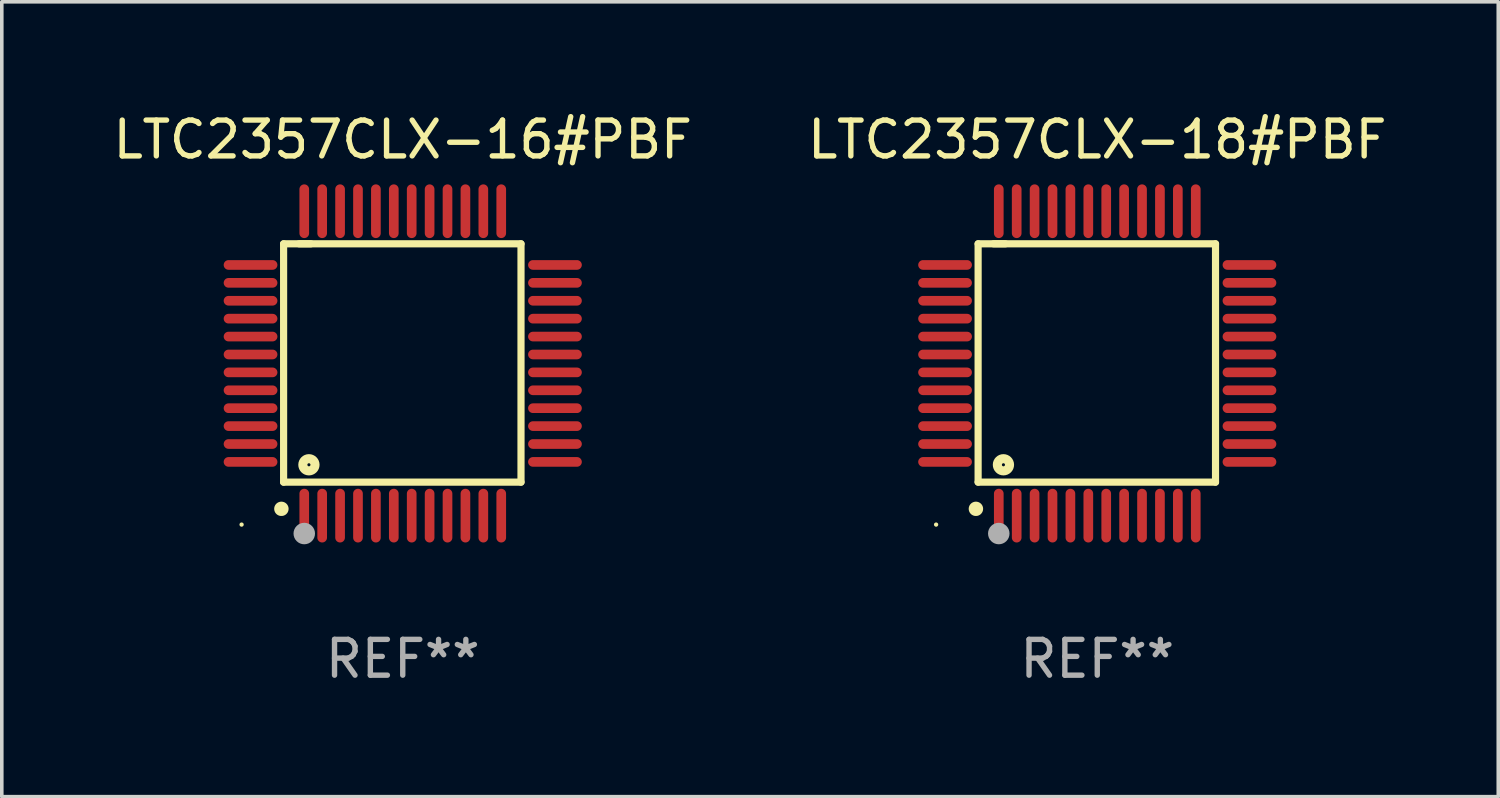
<source format=kicad_pcb>
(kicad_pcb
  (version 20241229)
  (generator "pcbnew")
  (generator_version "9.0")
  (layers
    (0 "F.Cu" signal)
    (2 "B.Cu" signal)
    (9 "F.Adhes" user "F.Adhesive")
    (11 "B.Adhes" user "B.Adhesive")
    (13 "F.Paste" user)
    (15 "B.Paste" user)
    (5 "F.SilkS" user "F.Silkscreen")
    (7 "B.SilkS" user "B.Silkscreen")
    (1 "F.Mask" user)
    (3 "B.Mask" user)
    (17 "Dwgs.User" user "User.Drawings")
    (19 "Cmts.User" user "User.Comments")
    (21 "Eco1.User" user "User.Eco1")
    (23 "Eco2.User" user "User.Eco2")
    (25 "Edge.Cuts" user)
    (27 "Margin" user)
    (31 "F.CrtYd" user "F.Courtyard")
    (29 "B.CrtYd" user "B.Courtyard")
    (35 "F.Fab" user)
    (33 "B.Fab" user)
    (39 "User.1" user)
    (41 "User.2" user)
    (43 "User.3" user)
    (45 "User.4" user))
  (footprint "LTC2357CLX-16#PBF"
    (layer "F.Cu")
    (at 8.196 7.098)
    (property "Reference" "LTC2357CLX-16#PBF" (at 0 -6.25 0) (layer "F.SilkS") (effects (font (size 1 1) (thickness 0.15))))
    (attr through_hole)
    (fp_line (start -3.327 -3.34) (end -2.565 -3.34) (stroke (width 0.2) (type solid)) (layer "F.SilkS"))
    (fp_line (start -3.327 3.315) (end -3.327 -3.34) (stroke (width 0.2) (type solid)) (layer "F.SilkS"))
    (fp_line (start -2.896 -3.34) (end 3.302 -3.34) (stroke (width 0.2) (type solid)) (layer "F.SilkS"))
    (fp_line (start 3.302 -3.34) (end 3.302 3.315) (stroke (width 0.2) (type solid)) (layer "F.SilkS"))
    (fp_line (start 3.302 3.315) (end -3.327 3.315) (stroke (width 0.2) (type solid)) (layer "F.SilkS"))
    (fp_arc (start -3.389992 4.059995) (mid -3.388722 4.059991) (end -3.387452 4.059995) (stroke (width 0.4) (type solid)) (layer "F.SilkS"))
    (fp_circle (center -4.5 4.5) (end -4.47 4.5) (stroke (width 0.06) (type solid)) (fill no) (layer "F.SilkS"))
    (fp_circle (center -2.62 2.83) (end -2.45 2.83) (stroke (width 0.254) (type solid)) (fill no) (layer "F.SilkS"))
    (fp_circle (center -2.75 4.75) (end -2.6 4.75) (stroke (width 0.3) (type solid)) (fill no) (layer "F.Fab"))
    (fp_text user "REF**" (at 0 8.25 0) (layer "F.Fab") (effects (font (size 1 1) (thickness 0.15))))
    (pad "1" smd oval (at -2.75 4.25) (size 0.27 1.5) (layers "F.Cu" "F.Mask" "F.Paste"))
    (pad "2" smd oval (at -2.25 4.25) (size 0.27 1.5) (layers "F.Cu" "F.Mask" "F.Paste"))
    (pad "3" smd oval (at -1.75 4.25) (size 0.27 1.5) (layers "F.Cu" "F.Mask" "F.Paste"))
    (pad "4" smd oval (at -1.25 4.25) (size 0.27 1.5) (layers "F.Cu" "F.Mask" "F.Paste"))
    (pad "5" smd oval (at -0.75 4.25) (size 0.27 1.5) (layers "F.Cu" "F.Mask" "F.Paste"))
    (pad "6" smd oval (at -0.25 4.25) (size 0.27 1.5) (layers "F.Cu" "F.Mask" "F.Paste"))
    (pad "7" smd oval (at 0.25 4.25) (size 0.27 1.5) (layers "F.Cu" "F.Mask" "F.Paste"))
    (pad "8" smd oval (at 0.75 4.25) (size 0.27 1.5) (layers "F.Cu" "F.Mask" "F.Paste"))
    (pad "9" smd oval (at 1.25 4.25) (size 0.27 1.5) (layers "F.Cu" "F.Mask" "F.Paste"))
    (pad "10" smd oval (at 1.75 4.25) (size 0.27 1.5) (layers "F.Cu" "F.Mask" "F.Paste"))
    (pad "11" smd oval (at 2.25 4.25) (size 0.27 1.5) (layers "F.Cu" "F.Mask" "F.Paste"))
    (pad "12" smd oval (at 2.75 4.25) (size 0.27 1.5) (layers "F.Cu" "F.Mask" "F.Paste"))
    (pad "13" smd oval (at 4.25 2.75) (size 1.5 0.27) (layers "F.Cu" "F.Mask" "F.Paste"))
    (pad "14" smd oval (at 4.25 2.25) (size 1.5 0.27) (layers "F.Cu" "F.Mask" "F.Paste"))
    (pad "15" smd oval (at 4.25 1.75) (size 1.5 0.27) (layers "F.Cu" "F.Mask" "F.Paste"))
    (pad "16" smd oval (at 4.25 1.25) (size 1.5 0.27) (layers "F.Cu" "F.Mask" "F.Paste"))
    (pad "17" smd oval (at 4.25 0.75) (size 1.5 0.27) (layers "F.Cu" "F.Mask" "F.Paste"))
    (pad "18" smd oval (at 4.25 0.25) (size 1.5 0.27) (layers "F.Cu" "F.Mask" "F.Paste"))
    (pad "19" smd oval (at 4.25 -0.25) (size 1.5 0.27) (layers "F.Cu" "F.Mask" "F.Paste"))
    (pad "20" smd oval (at 4.25 -0.75) (size 1.5 0.27) (layers "F.Cu" "F.Mask" "F.Paste"))
    (pad "21" smd oval (at 4.25 -1.25) (size 1.5 0.27) (layers "F.Cu" "F.Mask" "F.Paste"))
    (pad "22" smd oval (at 4.25 -1.75) (size 1.5 0.27) (layers "F.Cu" "F.Mask" "F.Paste"))
    (pad "23" smd oval (at 4.25 -2.25) (size 1.5 0.27) (layers "F.Cu" "F.Mask" "F.Paste"))
    (pad "24" smd oval (at 4.25 -2.75) (size 1.5 0.27) (layers "F.Cu" "F.Mask" "F.Paste"))
    (pad "25" smd oval (at 2.75 -4.25) (size 0.27 1.5) (layers "F.Cu" "F.Mask" "F.Paste"))
    (pad "26" smd oval (at 2.25 -4.25) (size 0.27 1.5) (layers "F.Cu" "F.Mask" "F.Paste"))
    (pad "27" smd oval (at 1.75 -4.25) (size 0.27 1.5) (layers "F.Cu" "F.Mask" "F.Paste"))
    (pad "28" smd oval (at 1.25 -4.25) (size 0.27 1.5) (layers "F.Cu" "F.Mask" "F.Paste"))
    (pad "29" smd oval (at 0.75 -4.25) (size 0.27 1.5) (layers "F.Cu" "F.Mask" "F.Paste"))
    (pad "30" smd oval (at 0.25 -4.25) (size 0.27 1.5) (layers "F.Cu" "F.Mask" "F.Paste"))
    (pad "31" smd oval (at -0.25 -4.25) (size 0.27 1.5) (layers "F.Cu" "F.Mask" "F.Paste"))
    (pad "32" smd oval (at -0.75 -4.25) (size 0.27 1.5) (layers "F.Cu" "F.Mask" "F.Paste"))
    (pad "33" smd oval (at -1.25 -4.25) (size 0.27 1.5) (layers "F.Cu" "F.Mask" "F.Paste"))
    (pad "34" smd oval (at -1.75 -4.25) (size 0.27 1.5) (layers "F.Cu" "F.Mask" "F.Paste"))
    (pad "35" smd oval (at -2.25 -4.25) (size 0.27 1.5) (layers "F.Cu" "F.Mask" "F.Paste"))
    (pad "36" smd oval (at -2.75 -4.25) (size 0.27 1.5) (layers "F.Cu" "F.Mask" "F.Paste"))
    (pad "37" smd oval (at -4.25 -2.75) (size 1.5 0.27) (layers "F.Cu" "F.Mask" "F.Paste"))
    (pad "38" smd oval (at -4.25 -2.25) (size 1.5 0.27) (layers "F.Cu" "F.Mask" "F.Paste"))
    (pad "39" smd oval (at -4.25 -1.75) (size 1.5 0.27) (layers "F.Cu" "F.Mask" "F.Paste"))
    (pad "40" smd oval (at -4.25 -1.25) (size 1.5 0.27) (layers "F.Cu" "F.Mask" "F.Paste"))
    (pad "41" smd oval (at -4.25 -0.75) (size 1.5 0.27) (layers "F.Cu" "F.Mask" "F.Paste"))
    (pad "42" smd oval (at -4.25 -0.25) (size 1.5 0.27) (layers "F.Cu" "F.Mask" "F.Paste"))
    (pad "43" smd oval (at -4.25 0.25) (size 1.5 0.27) (layers "F.Cu" "F.Mask" "F.Paste"))
    (pad "44" smd oval (at -4.25 0.75) (size 1.5 0.27) (layers "F.Cu" "F.Mask" "F.Paste"))
    (pad "45" smd oval (at -4.25 1.25) (size 1.5 0.27) (layers "F.Cu" "F.Mask" "F.Paste"))
    (pad "46" smd oval (at -4.25 1.75) (size 1.5 0.27) (layers "F.Cu" "F.Mask" "F.Paste"))
    (pad "47" smd oval (at -4.25 2.25) (size 1.5 0.27) (layers "F.Cu" "F.Mask" "F.Paste"))
    (pad "48" smd oval (at -4.25 2.75) (size 1.5 0.27) (layers "F.Cu" "F.Mask" "F.Paste")))
  (footprint "LTC2357CLX-18#PBF"
    (layer "F.Cu")
    (at 27.589 7.098)
    (property "Reference" "LTC2357CLX-18#PBF" (at 0 -6.25 0) (layer "F.SilkS") (effects (font (size 1 1) (thickness 0.15))))
    (attr through_hole)
    (fp_line (start -3.327 -3.34) (end -2.565 -3.34) (stroke (width 0.2) (type solid)) (layer "F.SilkS"))
    (fp_line (start -3.327 3.315) (end -3.327 -3.34) (stroke (width 0.2) (type solid)) (layer "F.SilkS"))
    (fp_line (start -2.896 -3.34) (end 3.302 -3.34) (stroke (width 0.2) (type solid)) (layer "F.SilkS"))
    (fp_line (start 3.302 -3.34) (end 3.302 3.315) (stroke (width 0.2) (type solid)) (layer "F.SilkS"))
    (fp_line (start 3.302 3.315) (end -3.327 3.315) (stroke (width 0.2) (type solid)) (layer "F.SilkS"))
    (fp_arc (start -3.389992 4.059995) (mid -3.388722 4.059991) (end -3.387452 4.059995) (stroke (width 0.4) (type solid)) (layer "F.SilkS"))
    (fp_circle (center -4.5 4.5) (end -4.47 4.5) (stroke (width 0.06) (type solid)) (fill no) (layer "F.SilkS"))
    (fp_circle (center -2.62 2.83) (end -2.45 2.83) (stroke (width 0.254) (type solid)) (fill no) (layer "F.SilkS"))
    (fp_circle (center -2.75 4.75) (end -2.6 4.75) (stroke (width 0.3) (type solid)) (fill no) (layer "F.Fab"))
    (fp_text user "REF**" (at 0 8.25 0) (layer "F.Fab") (effects (font (size 1 1) (thickness 0.15))))
    (pad "1" smd oval (at -2.75 4.25) (size 0.27 1.5) (layers "F.Cu" "F.Mask" "F.Paste"))
    (pad "2" smd oval (at -2.25 4.25) (size 0.27 1.5) (layers "F.Cu" "F.Mask" "F.Paste"))
    (pad "3" smd oval (at -1.75 4.25) (size 0.27 1.5) (layers "F.Cu" "F.Mask" "F.Paste"))
    (pad "4" smd oval (at -1.25 4.25) (size 0.27 1.5) (layers "F.Cu" "F.Mask" "F.Paste"))
    (pad "5" smd oval (at -0.75 4.25) (size 0.27 1.5) (layers "F.Cu" "F.Mask" "F.Paste"))
    (pad "6" smd oval (at -0.25 4.25) (size 0.27 1.5) (layers "F.Cu" "F.Mask" "F.Paste"))
    (pad "7" smd oval (at 0.25 4.25) (size 0.27 1.5) (layers "F.Cu" "F.Mask" "F.Paste"))
    (pad "8" smd oval (at 0.75 4.25) (size 0.27 1.5) (layers "F.Cu" "F.Mask" "F.Paste"))
    (pad "9" smd oval (at 1.25 4.25) (size 0.27 1.5) (layers "F.Cu" "F.Mask" "F.Paste"))
    (pad "10" smd oval (at 1.75 4.25) (size 0.27 1.5) (layers "F.Cu" "F.Mask" "F.Paste"))
    (pad "11" smd oval (at 2.25 4.25) (size 0.27 1.5) (layers "F.Cu" "F.Mask" "F.Paste"))
    (pad "12" smd oval (at 2.75 4.25) (size 0.27 1.5) (layers "F.Cu" "F.Mask" "F.Paste"))
    (pad "13" smd oval (at 4.25 2.75) (size 1.5 0.27) (layers "F.Cu" "F.Mask" "F.Paste"))
    (pad "14" smd oval (at 4.25 2.25) (size 1.5 0.27) (layers "F.Cu" "F.Mask" "F.Paste"))
    (pad "15" smd oval (at 4.25 1.75) (size 1.5 0.27) (layers "F.Cu" "F.Mask" "F.Paste"))
    (pad "16" smd oval (at 4.25 1.25) (size 1.5 0.27) (layers "F.Cu" "F.Mask" "F.Paste"))
    (pad "17" smd oval (at 4.25 0.75) (size 1.5 0.27) (layers "F.Cu" "F.Mask" "F.Paste"))
    (pad "18" smd oval (at 4.25 0.25) (size 1.5 0.27) (layers "F.Cu" "F.Mask" "F.Paste"))
    (pad "19" smd oval (at 4.25 -0.25) (size 1.5 0.27) (layers "F.Cu" "F.Mask" "F.Paste"))
    (pad "20" smd oval (at 4.25 -0.75) (size 1.5 0.27) (layers "F.Cu" "F.Mask" "F.Paste"))
    (pad "21" smd oval (at 4.25 -1.25) (size 1.5 0.27) (layers "F.Cu" "F.Mask" "F.Paste"))
    (pad "22" smd oval (at 4.25 -1.75) (size 1.5 0.27) (layers "F.Cu" "F.Mask" "F.Paste"))
    (pad "23" smd oval (at 4.25 -2.25) (size 1.5 0.27) (layers "F.Cu" "F.Mask" "F.Paste"))
    (pad "24" smd oval (at 4.25 -2.75) (size 1.5 0.27) (layers "F.Cu" "F.Mask" "F.Paste"))
    (pad "25" smd oval (at 2.75 -4.25) (size 0.27 1.5) (layers "F.Cu" "F.Mask" "F.Paste"))
    (pad "26" smd oval (at 2.25 -4.25) (size 0.27 1.5) (layers "F.Cu" "F.Mask" "F.Paste"))
    (pad "27" smd oval (at 1.75 -4.25) (size 0.27 1.5) (layers "F.Cu" "F.Mask" "F.Paste"))
    (pad "28" smd oval (at 1.25 -4.25) (size 0.27 1.5) (layers "F.Cu" "F.Mask" "F.Paste"))
    (pad "29" smd oval (at 0.75 -4.25) (size 0.27 1.5) (layers "F.Cu" "F.Mask" "F.Paste"))
    (pad "30" smd oval (at 0.25 -4.25) (size 0.27 1.5) (layers "F.Cu" "F.Mask" "F.Paste"))
    (pad "31" smd oval (at -0.25 -4.25) (size 0.27 1.5) (layers "F.Cu" "F.Mask" "F.Paste"))
    (pad "32" smd oval (at -0.75 -4.25) (size 0.27 1.5) (layers "F.Cu" "F.Mask" "F.Paste"))
    (pad "33" smd oval (at -1.25 -4.25) (size 0.27 1.5) (layers "F.Cu" "F.Mask" "F.Paste"))
    (pad "34" smd oval (at -1.75 -4.25) (size 0.27 1.5) (layers "F.Cu" "F.Mask" "F.Paste"))
    (pad "35" smd oval (at -2.25 -4.25) (size 0.27 1.5) (layers "F.Cu" "F.Mask" "F.Paste"))
    (pad "36" smd oval (at -2.75 -4.25) (size 0.27 1.5) (layers "F.Cu" "F.Mask" "F.Paste"))
    (pad "37" smd oval (at -4.25 -2.75) (size 1.5 0.27) (layers "F.Cu" "F.Mask" "F.Paste"))
    (pad "38" smd oval (at -4.25 -2.25) (size 1.5 0.27) (layers "F.Cu" "F.Mask" "F.Paste"))
    (pad "39" smd oval (at -4.25 -1.75) (size 1.5 0.27) (layers "F.Cu" "F.Mask" "F.Paste"))
    (pad "40" smd oval (at -4.25 -1.25) (size 1.5 0.27) (layers "F.Cu" "F.Mask" "F.Paste"))
    (pad "41" smd oval (at -4.25 -0.75) (size 1.5 0.27) (layers "F.Cu" "F.Mask" "F.Paste"))
    (pad "42" smd oval (at -4.25 -0.25) (size 1.5 0.27) (layers "F.Cu" "F.Mask" "F.Paste"))
    (pad "43" smd oval (at -4.25 0.25) (size 1.5 0.27) (layers "F.Cu" "F.Mask" "F.Paste"))
    (pad "44" smd oval (at -4.25 0.75) (size 1.5 0.27) (layers "F.Cu" "F.Mask" "F.Paste"))
    (pad "45" smd oval (at -4.25 1.25) (size 1.5 0.27) (layers "F.Cu" "F.Mask" "F.Paste"))
    (pad "46" smd oval (at -4.25 1.75) (size 1.5 0.27) (layers "F.Cu" "F.Mask" "F.Paste"))
    (pad "47" smd oval (at -4.25 2.25) (size 1.5 0.27) (layers "F.Cu" "F.Mask" "F.Paste"))
    (pad "48" smd oval (at -4.25 2.75) (size 1.5 0.27) (layers "F.Cu" "F.Mask" "F.Paste")))
  (gr_rect
    (start -3 -3)
    (end 38.786 19.196)
    (stroke (width 0.1) (type default))
    (fill no)
    (layer "Edge.Cuts")))
</source>
